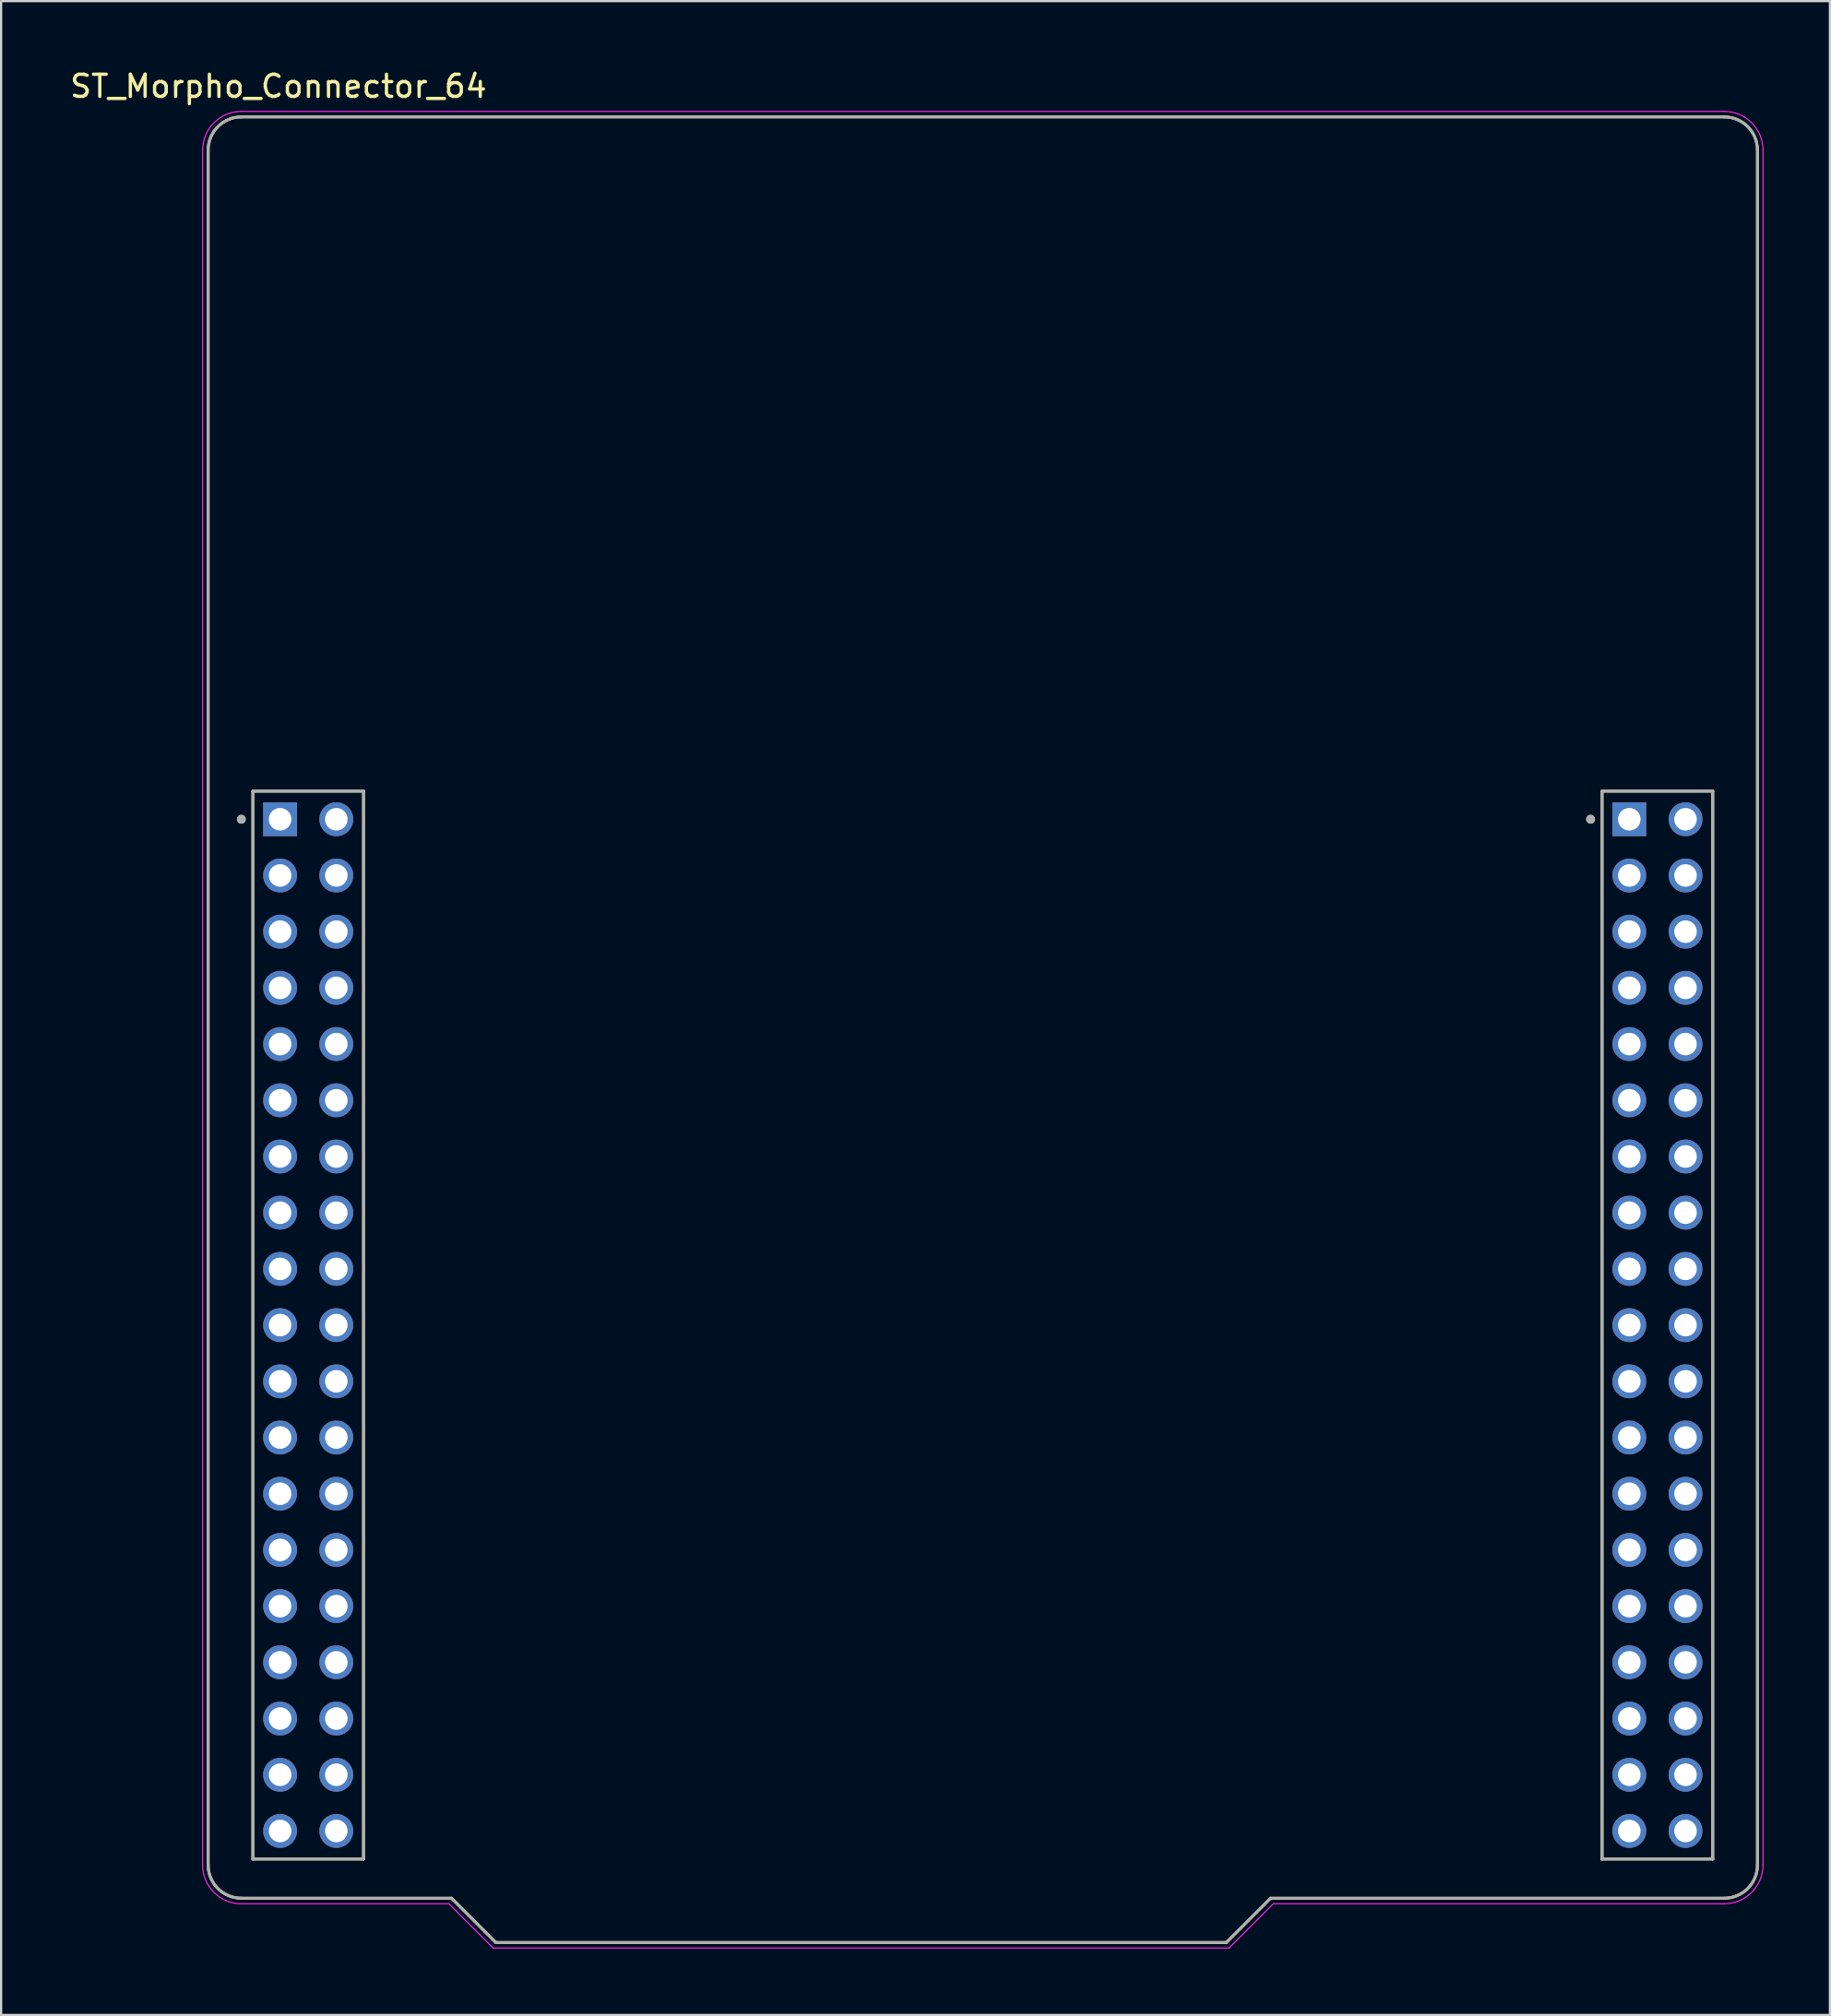
<source format=kicad_pcb>
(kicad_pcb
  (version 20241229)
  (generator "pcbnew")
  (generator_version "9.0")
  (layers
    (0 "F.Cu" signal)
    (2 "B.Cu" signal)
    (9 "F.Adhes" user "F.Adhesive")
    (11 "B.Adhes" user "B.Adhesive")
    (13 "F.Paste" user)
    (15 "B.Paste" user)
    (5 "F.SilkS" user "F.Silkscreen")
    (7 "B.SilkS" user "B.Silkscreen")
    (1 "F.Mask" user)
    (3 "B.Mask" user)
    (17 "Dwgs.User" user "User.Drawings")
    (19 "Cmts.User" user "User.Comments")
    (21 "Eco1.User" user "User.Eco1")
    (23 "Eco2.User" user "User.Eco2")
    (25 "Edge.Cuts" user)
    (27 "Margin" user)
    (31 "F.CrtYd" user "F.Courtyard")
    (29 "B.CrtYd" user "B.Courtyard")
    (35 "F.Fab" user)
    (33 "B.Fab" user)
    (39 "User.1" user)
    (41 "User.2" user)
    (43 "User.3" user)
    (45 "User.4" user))
  (footprint "ST_Morpho_Connector_64"
    (layer "F.Cu")
    (at 41.355 43.483)
    (property "Reference" "ST_Morpho_Connector_64" (at -31.825 -42.635 0) (layer "F.SilkS") (effects (font (size 1 1) (thickness 0.15))))
    (attr through_hole)
    (fp_line (start -35 37.75) (end -35 -39.75) (stroke (width 0.127) (type solid)) (layer "F.SilkS"))
    (fp_line (start -33.5 -41.25) (end 33.5 -41.25) (stroke (width 0.127) (type solid)) (layer "F.SilkS"))
    (fp_line (start -32.98 -10.78) (end -32.98 37.48) (stroke (width 0.127) (type solid)) (layer "F.SilkS"))
    (fp_line (start -32.98 37.48) (end -27.98 37.48) (stroke (width 0.127) (type solid)) (layer "F.SilkS"))
    (fp_line (start -27.98 -10.78) (end -32.98 -10.78) (stroke (width 0.127) (type solid)) (layer "F.SilkS"))
    (fp_line (start -27.98 37.48) (end -27.98 -10.78) (stroke (width 0.127) (type solid)) (layer "F.SilkS"))
    (fp_line (start -24 39.25) (end -33.5 39.25) (stroke (width 0.127) (type solid)) (layer "F.SilkS"))
    (fp_line (start -22 41.25) (end -24 39.25) (stroke (width 0.127) (type solid)) (layer "F.SilkS"))
    (fp_line (start 11 41.25) (end -22 41.25) (stroke (width 0.127) (type solid)) (layer "F.SilkS"))
    (fp_line (start 13 39.25) (end 11 41.25) (stroke (width 0.127) (type solid)) (layer "F.SilkS"))
    (fp_line (start 27.98 -10.78) (end 27.98 37.48) (stroke (width 0.127) (type solid)) (layer "F.SilkS"))
    (fp_line (start 27.98 37.48) (end 32.98 37.48) (stroke (width 0.127) (type solid)) (layer "F.SilkS"))
    (fp_line (start 32.98 -10.78) (end 27.98 -10.78) (stroke (width 0.127) (type solid)) (layer "F.SilkS"))
    (fp_line (start 32.98 37.48) (end 32.98 -10.78) (stroke (width 0.127) (type solid)) (layer "F.SilkS"))
    (fp_line (start 33.5 39.25) (end 13 39.25) (stroke (width 0.127) (type solid)) (layer "F.SilkS"))
    (fp_line (start 35 -39.75) (end 35 37.75) (stroke (width 0.127) (type solid)) (layer "F.SilkS"))
    (fp_arc (start -35 -39.75) (mid -34.56066 -40.81066) (end -33.5 -41.25) (stroke (width 0.127) (type solid)) (layer "F.SilkS"))
    (fp_arc (start -33.5 39.25) (mid -34.56066 38.81066) (end -35 37.75) (stroke (width 0.127) (type solid)) (layer "F.SilkS"))
    (fp_arc (start 33.5 -41.25) (mid 34.56066 -40.81066) (end 35 -39.75) (stroke (width 0.127) (type solid)) (layer "F.SilkS"))
    (fp_arc (start 35 37.75) (mid 34.56066 38.81066) (end 33.5 39.25) (stroke (width 0.127) (type solid)) (layer "F.SilkS"))
    (fp_circle (center -33.5 -9.51) (end -33.4 -9.51) (stroke (width 0.2) (type solid)) (fill no) (layer "F.SilkS"))
    (fp_circle (center 27.46 -9.51) (end 27.56 -9.51) (stroke (width 0.2) (type solid)) (fill no) (layer "F.SilkS"))
    (fp_line (start -35.25 37.75) (end -35.25 -39.75) (stroke (width 0.05) (type solid)) (layer "F.CrtYd"))
    (fp_line (start -33.5 -41.5) (end 33.5 -41.5) (stroke (width 0.05) (type solid)) (layer "F.CrtYd"))
    (fp_line (start -24.125 39.5) (end -33.5 39.5) (stroke (width 0.05) (type solid)) (layer "F.CrtYd"))
    (fp_line (start -22.125 41.5) (end -24.125 39.5) (stroke (width 0.05) (type solid)) (layer "F.CrtYd"))
    (fp_line (start 11.125 41.5) (end -22.125 41.5) (stroke (width 0.05) (type solid)) (layer "F.CrtYd"))
    (fp_line (start 13.125 39.5) (end 11.125 41.5) (stroke (width 0.05) (type solid)) (layer "F.CrtYd"))
    (fp_line (start 33.5 39.5) (end 13.125 39.5) (stroke (width 0.05) (type solid)) (layer "F.CrtYd"))
    (fp_line (start 35.25 -39.75) (end 35.25 37.75) (stroke (width 0.05) (type solid)) (layer "F.CrtYd"))
    (fp_arc (start -35.25 -39.75) (mid -34.737437 -40.987437) (end -33.5 -41.5) (stroke (width 0.05) (type solid)) (layer "F.CrtYd"))
    (fp_arc (start -33.5 39.5) (mid -34.737437 38.987437) (end -35.25 37.75) (stroke (width 0.05) (type solid)) (layer "F.CrtYd"))
    (fp_arc (start 33.5 -41.5) (mid 34.737437 -40.987437) (end 35.25 -39.75) (stroke (width 0.05) (type solid)) (layer "F.CrtYd"))
    (fp_arc (start 35.25 37.75) (mid 34.737437 38.987437) (end 33.5 39.5) (stroke (width 0.05) (type solid)) (layer "F.CrtYd"))
    (fp_line (start -35 37.75) (end -35 -39.75) (stroke (width 0.127) (type solid)) (layer "F.Fab"))
    (fp_line (start -33.5 -41.25) (end 33.5 -41.25) (stroke (width 0.127) (type solid)) (layer "F.Fab"))
    (fp_line (start -32.98 -10.78) (end -32.98 37.48) (stroke (width 0.127) (type solid)) (layer "F.Fab"))
    (fp_line (start -32.98 37.48) (end -27.98 37.48) (stroke (width 0.127) (type solid)) (layer "F.Fab"))
    (fp_line (start -27.98 -10.78) (end -32.98 -10.78) (stroke (width 0.127) (type solid)) (layer "F.Fab"))
    (fp_line (start -27.98 37.48) (end -27.98 -10.78) (stroke (width 0.127) (type solid)) (layer "F.Fab"))
    (fp_line (start -24 39.25) (end -33.5 39.25) (stroke (width 0.127) (type solid)) (layer "F.Fab"))
    (fp_line (start -22 41.25) (end -24 39.25) (stroke (width 0.127) (type solid)) (layer "F.Fab"))
    (fp_line (start 11 41.25) (end -22 41.25) (stroke (width 0.127) (type solid)) (layer "F.Fab"))
    (fp_line (start 13 39.25) (end 11 41.25) (stroke (width 0.127) (type solid)) (layer "F.Fab"))
    (fp_line (start 27.98 -10.78) (end 27.98 37.48) (stroke (width 0.127) (type solid)) (layer "F.Fab"))
    (fp_line (start 27.98 37.48) (end 32.98 37.48) (stroke (width 0.127) (type solid)) (layer "F.Fab"))
    (fp_line (start 32.98 -10.78) (end 27.98 -10.78) (stroke (width 0.127) (type solid)) (layer "F.Fab"))
    (fp_line (start 32.98 37.48) (end 32.98 -10.78) (stroke (width 0.127) (type solid)) (layer "F.Fab"))
    (fp_line (start 33.5 39.25) (end 13 39.25) (stroke (width 0.127) (type solid)) (layer "F.Fab"))
    (fp_line (start 35 -39.75) (end 35 37.75) (stroke (width 0.127) (type solid)) (layer "F.Fab"))
    (fp_arc (start -35 -39.75) (mid -34.56066 -40.81066) (end -33.5 -41.25) (stroke (width 0.127) (type solid)) (layer "F.Fab"))
    (fp_arc (start -33.5 39.25) (mid -34.56066 38.81066) (end -35 37.75) (stroke (width 0.127) (type solid)) (layer "F.Fab"))
    (fp_arc (start 33.5 -41.25) (mid 34.56066 -40.81066) (end 35 -39.75) (stroke (width 0.127) (type solid)) (layer "F.Fab"))
    (fp_arc (start 35 37.75) (mid 34.56066 38.81066) (end 33.5 39.25) (stroke (width 0.127) (type solid)) (layer "F.Fab"))
    (fp_circle (center -33.5 -9.51) (end -33.4 -9.51) (stroke (width 0.2) (type solid)) (fill no) (layer "F.Fab"))
    (fp_circle (center 27.46 -9.51) (end 27.56 -9.51) (stroke (width 0.2) (type solid)) (fill no) (layer "F.Fab"))
    (pad "CN7_1" thru_hole rect (at -31.75 -9.51) (size 1.53 1.53) (drill 1.02) (layers "*.Cu" "*.Mask"))
    (pad "CN7_2" thru_hole circle (at -29.21 -9.51) (size 1.53 1.53) (drill 1.02) (layers "*.Cu" "*.Mask"))
    (pad "CN7_3" thru_hole circle (at -31.75 -6.97) (size 1.53 1.53) (drill 1.02) (layers "*.Cu" "*.Mask"))
    (pad "CN7_4" thru_hole circle (at -29.21 -6.97) (size 1.53 1.53) (drill 1.02) (layers "*.Cu" "*.Mask"))
    (pad "CN7_5" thru_hole circle (at -31.75 -4.43) (size 1.53 1.53) (drill 1.02) (layers "*.Cu" "*.Mask"))
    (pad "CN7_6" thru_hole circle (at -29.21 -4.43) (size 1.53 1.53) (drill 1.02) (layers "*.Cu" "*.Mask"))
    (pad "CN7_7" thru_hole circle (at -31.75 -1.89) (size 1.53 1.53) (drill 1.02) (layers "*.Cu" "*.Mask"))
    (pad "CN7_8" thru_hole circle (at -29.21 -1.89) (size 1.53 1.53) (drill 1.02) (layers "*.Cu" "*.Mask"))
    (pad "CN7_9" thru_hole circle (at -31.75 0.65) (size 1.53 1.53) (drill 1.02) (layers "*.Cu" "*.Mask"))
    (pad "CN7_10" thru_hole circle (at -29.21 0.65) (size 1.53 1.53) (drill 1.02) (layers "*.Cu" "*.Mask"))
    (pad "CN7_11" thru_hole circle (at -31.75 3.19) (size 1.53 1.53) (drill 1.02) (layers "*.Cu" "*.Mask"))
    (pad "CN7_12" thru_hole circle (at -29.21 3.19) (size 1.53 1.53) (drill 1.02) (layers "*.Cu" "*.Mask"))
    (pad "CN7_13" thru_hole circle (at -31.75 5.73) (size 1.53 1.53) (drill 1.02) (layers "*.Cu" "*.Mask"))
    (pad "CN7_14" thru_hole circle (at -29.21 5.73) (size 1.53 1.53) (drill 1.02) (layers "*.Cu" "*.Mask"))
    (pad "CN7_15" thru_hole circle (at -31.75 8.27) (size 1.53 1.53) (drill 1.02) (layers "*.Cu" "*.Mask"))
    (pad "CN7_16" thru_hole circle (at -29.21 8.27) (size 1.53 1.53) (drill 1.02) (layers "*.Cu" "*.Mask"))
    (pad "CN7_17" thru_hole circle (at -31.75 10.81) (size 1.53 1.53) (drill 1.02) (layers "*.Cu" "*.Mask"))
    (pad "CN7_18" thru_hole circle (at -29.21 10.81) (size 1.53 1.53) (drill 1.02) (layers "*.Cu" "*.Mask"))
    (pad "CN7_19" thru_hole circle (at -31.75 13.35) (size 1.53 1.53) (drill 1.02) (layers "*.Cu" "*.Mask"))
    (pad "CN7_20" thru_hole circle (at -29.21 13.35) (size 1.53 1.53) (drill 1.02) (layers "*.Cu" "*.Mask"))
    (pad "CN7_21" thru_hole circle (at -31.75 15.89) (size 1.53 1.53) (drill 1.02) (layers "*.Cu" "*.Mask"))
    (pad "CN7_22" thru_hole circle (at -29.21 15.89) (size 1.53 1.53) (drill 1.02) (layers "*.Cu" "*.Mask"))
    (pad "CN7_23" thru_hole circle (at -31.75 18.43) (size 1.53 1.53) (drill 1.02) (layers "*.Cu" "*.Mask"))
    (pad "CN7_24" thru_hole circle (at -29.21 18.43) (size 1.53 1.53) (drill 1.02) (layers "*.Cu" "*.Mask"))
    (pad "CN7_25" thru_hole circle (at -31.75 20.97) (size 1.53 1.53) (drill 1.02) (layers "*.Cu" "*.Mask"))
    (pad "CN7_26" thru_hole circle (at -29.21 20.97) (size 1.53 1.53) (drill 1.02) (layers "*.Cu" "*.Mask"))
    (pad "CN7_27" thru_hole circle (at -31.75 23.51) (size 1.53 1.53) (drill 1.02) (layers "*.Cu" "*.Mask"))
    (pad "CN7_28" thru_hole circle (at -29.21 23.51) (size 1.53 1.53) (drill 1.02) (layers "*.Cu" "*.Mask"))
    (pad "CN7_29" thru_hole circle (at -31.75 26.05) (size 1.53 1.53) (drill 1.02) (layers "*.Cu" "*.Mask"))
    (pad "CN7_30" thru_hole circle (at -29.21 26.05) (size 1.53 1.53) (drill 1.02) (layers "*.Cu" "*.Mask"))
    (pad "CN7_31" thru_hole circle (at -31.75 28.59) (size 1.53 1.53) (drill 1.02) (layers "*.Cu" "*.Mask"))
    (pad "CN7_32" thru_hole circle (at -29.21 28.59) (size 1.53 1.53) (drill 1.02) (layers "*.Cu" "*.Mask"))
    (pad "CN7_33" thru_hole circle (at -31.75 31.13) (size 1.53 1.53) (drill 1.02) (layers "*.Cu" "*.Mask"))
    (pad "CN7_34" thru_hole circle (at -29.21 31.13) (size 1.53 1.53) (drill 1.02) (layers "*.Cu" "*.Mask"))
    (pad "CN7_35" thru_hole circle (at -31.75 33.67) (size 1.53 1.53) (drill 1.02) (layers "*.Cu" "*.Mask"))
    (pad "CN7_36" thru_hole circle (at -29.21 33.67) (size 1.53 1.53) (drill 1.02) (layers "*.Cu" "*.Mask"))
    (pad "CN7_37" thru_hole circle (at -31.75 36.21) (size 1.53 1.53) (drill 1.02) (layers "*.Cu" "*.Mask"))
    (pad "CN7_38" thru_hole circle (at -29.21 36.21) (size 1.53 1.53) (drill 1.02) (layers "*.Cu" "*.Mask"))
    (pad "CN10_1" thru_hole rect (at 29.21 -9.51) (size 1.53 1.53) (drill 1.02) (layers "*.Cu" "*.Mask"))
    (pad "CN10_2" thru_hole circle (at 31.75 -9.51) (size 1.53 1.53) (drill 1.02) (layers "*.Cu" "*.Mask"))
    (pad "CN10_3" thru_hole circle (at 29.21 -6.97) (size 1.53 1.53) (drill 1.02) (layers "*.Cu" "*.Mask"))
    (pad "CN10_4" thru_hole circle (at 31.75 -6.97) (size 1.53 1.53) (drill 1.02) (layers "*.Cu" "*.Mask"))
    (pad "CN10_5" thru_hole circle (at 29.21 -4.43) (size 1.53 1.53) (drill 1.02) (layers "*.Cu" "*.Mask"))
    (pad "CN10_6" thru_hole circle (at 31.75 -4.43) (size 1.53 1.53) (drill 1.02) (layers "*.Cu" "*.Mask"))
    (pad "CN10_7" thru_hole circle (at 29.21 -1.89) (size 1.53 1.53) (drill 1.02) (layers "*.Cu" "*.Mask"))
    (pad "CN10_8" thru_hole circle (at 31.75 -1.89) (size 1.53 1.53) (drill 1.02) (layers "*.Cu" "*.Mask"))
    (pad "CN10_9" thru_hole circle (at 29.21 0.65) (size 1.53 1.53) (drill 1.02) (layers "*.Cu" "*.Mask"))
    (pad "CN10_10" thru_hole circle (at 31.75 0.65) (size 1.53 1.53) (drill 1.02) (layers "*.Cu" "*.Mask"))
    (pad "CN10_11" thru_hole circle (at 29.21 3.19) (size 1.53 1.53) (drill 1.02) (layers "*.Cu" "*.Mask"))
    (pad "CN10_12" thru_hole circle (at 31.75 3.19) (size 1.53 1.53) (drill 1.02) (layers "*.Cu" "*.Mask"))
    (pad "CN10_13" thru_hole circle (at 29.21 5.73) (size 1.53 1.53) (drill 1.02) (layers "*.Cu" "*.Mask"))
    (pad "CN10_14" thru_hole circle (at 31.75 5.73) (size 1.53 1.53) (drill 1.02) (layers "*.Cu" "*.Mask"))
    (pad "CN10_15" thru_hole circle (at 29.21 8.27) (size 1.53 1.53) (drill 1.02) (layers "*.Cu" "*.Mask"))
    (pad "CN10_16" thru_hole circle (at 31.75 8.27) (size 1.53 1.53) (drill 1.02) (layers "*.Cu" "*.Mask"))
    (pad "CN10_17" thru_hole circle (at 29.21 10.81) (size 1.53 1.53) (drill 1.02) (layers "*.Cu" "*.Mask"))
    (pad "CN10_18" thru_hole circle (at 31.75 10.81) (size 1.53 1.53) (drill 1.02) (layers "*.Cu" "*.Mask"))
    (pad "CN10_19" thru_hole circle (at 29.21 13.35) (size 1.53 1.53) (drill 1.02) (layers "*.Cu" "*.Mask"))
    (pad "CN10_20" thru_hole circle (at 31.75 13.35) (size 1.53 1.53) (drill 1.02) (layers "*.Cu" "*.Mask"))
    (pad "CN10_21" thru_hole circle (at 29.21 15.89) (size 1.53 1.53) (drill 1.02) (layers "*.Cu" "*.Mask"))
    (pad "CN10_22" thru_hole circle (at 31.75 15.89) (size 1.53 1.53) (drill 1.02) (layers "*.Cu" "*.Mask"))
    (pad "CN10_23" thru_hole circle (at 29.21 18.43) (size 1.53 1.53) (drill 1.02) (layers "*.Cu" "*.Mask"))
    (pad "CN10_24" thru_hole circle (at 31.75 18.43) (size 1.53 1.53) (drill 1.02) (layers "*.Cu" "*.Mask"))
    (pad "CN10_25" thru_hole circle (at 29.21 20.97) (size 1.53 1.53) (drill 1.02) (layers "*.Cu" "*.Mask"))
    (pad "CN10_26" thru_hole circle (at 31.75 20.97) (size 1.53 1.53) (drill 1.02) (layers "*.Cu" "*.Mask"))
    (pad "CN10_27" thru_hole circle (at 29.21 23.51) (size 1.53 1.53) (drill 1.02) (layers "*.Cu" "*.Mask"))
    (pad "CN10_28" thru_hole circle (at 31.75 23.51) (size 1.53 1.53) (drill 1.02) (layers "*.Cu" "*.Mask"))
    (pad "CN10_29" thru_hole circle (at 29.21 26.05) (size 1.53 1.53) (drill 1.02) (layers "*.Cu" "*.Mask"))
    (pad "CN10_30" thru_hole circle (at 31.75 26.05) (size 1.53 1.53) (drill 1.02) (layers "*.Cu" "*.Mask"))
    (pad "CN10_31" thru_hole circle (at 29.21 28.59) (size 1.53 1.53) (drill 1.02) (layers "*.Cu" "*.Mask"))
    (pad "CN10_32" thru_hole circle (at 31.75 28.59) (size 1.53 1.53) (drill 1.02) (layers "*.Cu" "*.Mask"))
    (pad "CN10_33" thru_hole circle (at 29.21 31.13) (size 1.53 1.53) (drill 1.02) (layers "*.Cu" "*.Mask"))
    (pad "CN10_34" thru_hole circle (at 31.75 31.13) (size 1.53 1.53) (drill 1.02) (layers "*.Cu" "*.Mask"))
    (pad "CN10_35" thru_hole circle (at 29.21 33.67) (size 1.53 1.53) (drill 1.02) (layers "*.Cu" "*.Mask"))
    (pad "CN10_36" thru_hole circle (at 31.75 33.67) (size 1.53 1.53) (drill 1.02) (layers "*.Cu" "*.Mask"))
    (pad "CN10_37" thru_hole circle (at 29.21 36.21) (size 1.53 1.53) (drill 1.02) (layers "*.Cu" "*.Mask"))
    (pad "CN10_38" thru_hole circle (at 31.75 36.21) (size 1.53 1.53) (drill 1.02) (layers "*.Cu" "*.Mask")))
  (gr_rect
    (start -3 -3)
    (end 79.63 88.008)
    (stroke (width 0.1) (type default))
    (fill no)
    (layer "Edge.Cuts")))
</source>
